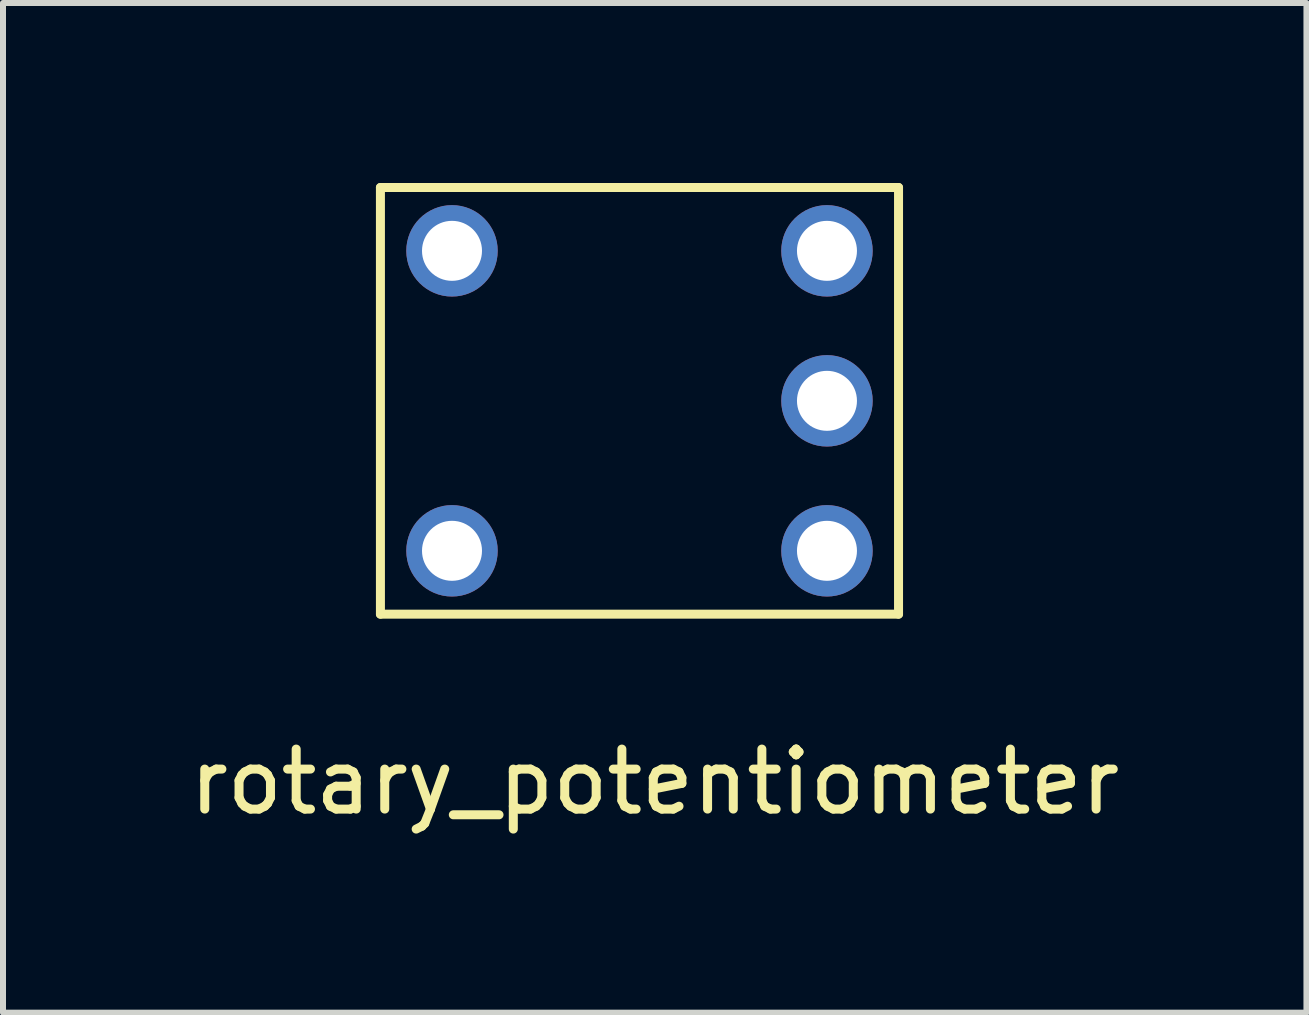
<source format=kicad_pcb>
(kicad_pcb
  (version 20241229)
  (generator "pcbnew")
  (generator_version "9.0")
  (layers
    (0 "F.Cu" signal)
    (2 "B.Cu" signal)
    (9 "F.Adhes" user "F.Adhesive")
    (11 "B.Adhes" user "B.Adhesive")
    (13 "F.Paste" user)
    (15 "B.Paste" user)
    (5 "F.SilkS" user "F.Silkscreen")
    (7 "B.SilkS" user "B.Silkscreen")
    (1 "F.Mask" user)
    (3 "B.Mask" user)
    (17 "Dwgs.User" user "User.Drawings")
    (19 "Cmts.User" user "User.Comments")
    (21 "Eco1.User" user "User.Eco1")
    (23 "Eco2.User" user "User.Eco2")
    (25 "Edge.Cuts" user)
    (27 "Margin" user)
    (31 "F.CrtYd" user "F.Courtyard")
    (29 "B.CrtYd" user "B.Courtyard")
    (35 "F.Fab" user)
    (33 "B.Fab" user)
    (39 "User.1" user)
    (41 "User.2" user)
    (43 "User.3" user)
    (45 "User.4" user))
  (footprint "rotary_potentiometer"
    (layer "F.Cu")
    (at 7.609 3.631)
    (property "Reference" "rotary_potentiometer" (at 0.254 6.35 0) (layer "F.SilkS") (effects (font (size 1 1) (thickness 0.15))))
    (attr through_hole)
    (fp_line (start -4.318 -3.556) (end -4.318 3.556) (stroke (width 0.15) (type solid)) (layer "F.SilkS"))
    (fp_line (start -4.318 3.556) (end 4.318 3.556) (stroke (width 0.15) (type solid)) (layer "F.SilkS"))
    (fp_line (start 4.318 -3.556) (end -4.318 -3.556) (stroke (width 0.15) (type solid)) (layer "F.SilkS"))
    (fp_line (start 4.318 3.556) (end 4.318 -3.556) (stroke (width 0.15) (type solid)) (layer "F.SilkS"))
    (pad "1" thru_hole circle (at -3.125 -2.5) (size 1.524 1.524) (drill 1) (layers "*.Cu" "*.Mask"))
    (pad "1" thru_hole circle (at -3.125 2.5) (size 1.524 1.524) (drill 1) (layers "*.Cu" "*.Mask"))
    (pad "1" thru_hole circle (at 3.125 -2.5) (size 1.524 1.524) (drill 1) (layers "*.Cu" "*.Mask"))
    (pad "1" thru_hole circle (at 3.125 0) (size 1.524 1.524) (drill 1) (layers "*.Cu" "*.Mask"))
    (pad "1" thru_hole circle (at 3.125 2.5) (size 1.524 1.524) (drill 1) (layers "*.Cu" "*.Mask")))
  (gr_rect
    (start -3 -3)
    (end 18.726 13.829)
    (stroke (width 0.1) (type default))
    (fill no)
    (layer "Edge.Cuts")))
</source>
